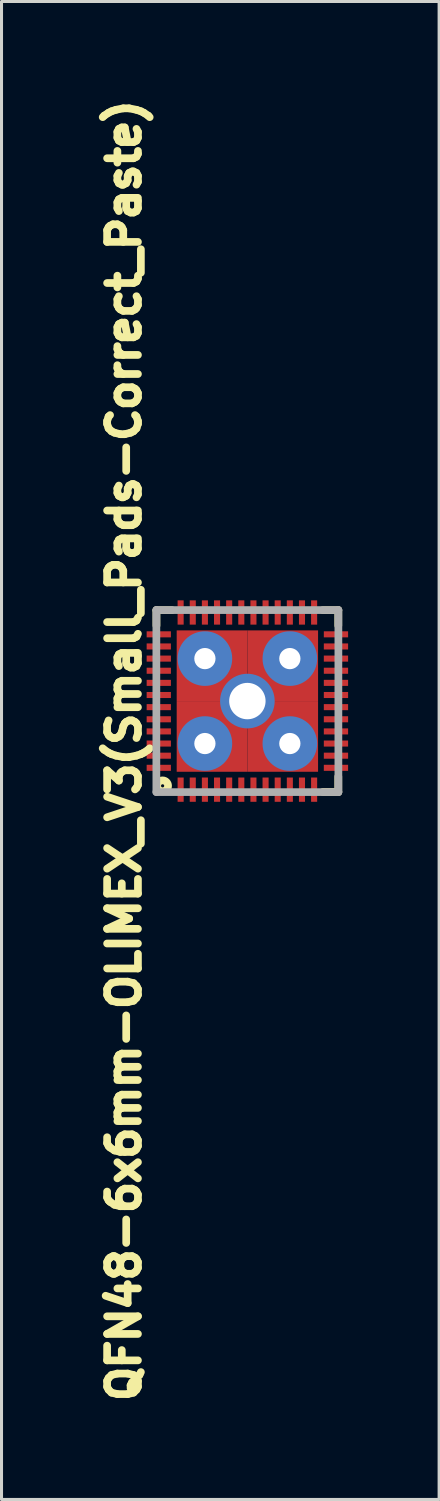
<source format=kicad_pcb>
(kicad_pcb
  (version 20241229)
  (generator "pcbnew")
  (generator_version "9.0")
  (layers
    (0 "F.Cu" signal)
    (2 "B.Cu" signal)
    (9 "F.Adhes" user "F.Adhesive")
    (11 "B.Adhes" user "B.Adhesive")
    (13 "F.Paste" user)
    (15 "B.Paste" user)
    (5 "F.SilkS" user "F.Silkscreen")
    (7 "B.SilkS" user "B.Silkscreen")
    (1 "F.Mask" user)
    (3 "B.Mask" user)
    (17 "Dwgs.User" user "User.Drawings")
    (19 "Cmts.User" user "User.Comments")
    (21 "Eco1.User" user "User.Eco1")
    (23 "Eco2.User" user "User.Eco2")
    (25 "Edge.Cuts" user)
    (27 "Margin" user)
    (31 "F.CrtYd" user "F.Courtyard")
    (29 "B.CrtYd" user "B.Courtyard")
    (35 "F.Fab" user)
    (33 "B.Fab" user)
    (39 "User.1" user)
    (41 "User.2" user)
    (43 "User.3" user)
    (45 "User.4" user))
  (footprint "QFN48-6x6mm-OLIMEX_V3(Small_Pads-Correct_Paste)"
    (layer "F.Cu")
    (at 5.104 20.059)
    (property "Reference" "QFN48-6x6mm-OLIMEX_V3(Small_Pads-Correct_Paste)" (at -4.064 1.629 90) (layer "F.SilkS") (effects (font (size 1.016 1.016) (thickness 0.254))))
    (attr smd)
    (fp_line (start -2.997 -2.997) (end -2.997 -2.489) (stroke (width 0.254) (type solid)) (layer "F.SilkS"))
    (fp_line (start -2.489 -2.997) (end -2.997 -2.997) (stroke (width 0.254) (type solid)) (layer "F.SilkS"))
    (fp_line (start 2.489 -2.997) (end 2.997 -2.997) (stroke (width 0.254) (type solid)) (layer "F.SilkS"))
    (fp_line (start 2.997 -2.997) (end 2.997 -2.489) (stroke (width 0.254) (type solid)) (layer "F.SilkS"))
    (fp_line (start 2.997 2.489) (end 2.997 2.997) (stroke (width 0.254) (type solid)) (layer "F.SilkS"))
    (fp_line (start 2.997 2.997) (end 2.489 2.997) (stroke (width 0.254) (type solid)) (layer "F.SilkS"))
    (fp_circle (center -2.794 2.794) (end -2.921 2.921) (stroke (width 0.254) (type solid)) (fill no) (layer "F.SilkS"))
    (fp_line (start -3 -3) (end 3 -3) (stroke (width 0.254) (type solid)) (layer "F.Fab"))
    (fp_line (start -3 3) (end -3 -3) (stroke (width 0.254) (type solid)) (layer "F.Fab"))
    (fp_line (start 3 -3) (end 3 3) (stroke (width 0.254) (type solid)) (layer "F.Fab"))
    (fp_line (start 3 3) (end -3 3) (stroke (width 0.254) (type solid)) (layer "F.Fab"))
    (pad "" smd rect (at -1.6 0 270) (size 1.4 1.4) (layers "F.Paste"))
    (pad "" smd rect (at 0 -1.6) (size 1.4 1.4) (layers "F.Paste"))
    (pad "" smd rect (at 0 1.6) (size 1.4 1.4) (layers "F.Paste"))
    (pad "" smd rect (at 1.6 0 270) (size 1.4 1.4) (layers "F.Paste"))
    (pad "1" smd rect (at -2.2 2.92) (size 0.2 0.8) (layers "F.Cu" "F.Mask" "F.Paste"))
    (pad "2" smd rect (at -1.8 2.92) (size 0.2 0.8) (layers "F.Cu" "F.Mask" "F.Paste"))
    (pad "3" smd rect (at -1.4 2.92) (size 0.2 0.8) (layers "F.Cu" "F.Mask" "F.Paste"))
    (pad "4" smd rect (at -1 2.92) (size 0.2 0.8) (layers "F.Cu" "F.Mask" "F.Paste"))
    (pad "5" smd rect (at -0.6 2.92) (size 0.2 0.8) (layers "F.Cu" "F.Mask" "F.Paste"))
    (pad "6" smd rect (at -0.2 2.92) (size 0.2 0.8) (layers "F.Cu" "F.Mask" "F.Paste"))
    (pad "7" smd rect (at 0.2 2.92) (size 0.2 0.8) (layers "F.Cu" "F.Mask" "F.Paste"))
    (pad "8" smd rect (at 0.6 2.92) (size 0.2 0.8) (layers "F.Cu" "F.Mask" "F.Paste"))
    (pad "9" smd rect (at 1 2.92) (size 0.2 0.8) (layers "F.Cu" "F.Mask" "F.Paste"))
    (pad "10" smd rect (at 1.4 2.92) (size 0.2 0.8) (layers "F.Cu" "F.Mask" "F.Paste"))
    (pad "11" smd rect (at 1.8 2.92) (size 0.2 0.8) (layers "F.Cu" "F.Mask" "F.Paste"))
    (pad "12" smd rect (at 2.2 2.92) (size 0.2 0.8) (layers "F.Cu" "F.Mask" "F.Paste"))
    (pad "13" smd rect (at 2.92 2.2 90) (size 0.2 0.8) (layers "F.Cu" "F.Mask" "F.Paste"))
    (pad "14" smd rect (at 2.92 1.8 90) (size 0.2 0.8) (layers "F.Cu" "F.Mask" "F.Paste"))
    (pad "15" smd rect (at 2.92 1.4 90) (size 0.2 0.8) (layers "F.Cu" "F.Mask" "F.Paste"))
    (pad "16" smd rect (at 2.92 1 90) (size 0.2 0.8) (layers "F.Cu" "F.Mask" "F.Paste"))
    (pad "17" smd rect (at 2.92 0.6 90) (size 0.2 0.8) (layers "F.Cu" "F.Mask" "F.Paste"))
    (pad "18" smd rect (at 2.92 0.2 90) (size 0.2 0.8) (layers "F.Cu" "F.Mask" "F.Paste"))
    (pad "19" smd rect (at 2.92 -0.2 90) (size 0.2 0.8) (layers "F.Cu" "F.Mask" "F.Paste"))
    (pad "20" smd rect (at 2.92 -0.6 90) (size 0.2 0.8) (layers "F.Cu" "F.Mask" "F.Paste"))
    (pad "21" smd rect (at 2.92 -1 90) (size 0.2 0.8) (layers "F.Cu" "F.Mask" "F.Paste"))
    (pad "22" smd rect (at 2.92 -1.4 90) (size 0.2 0.8) (layers "F.Cu" "F.Mask" "F.Paste"))
    (pad "23" smd rect (at 2.92 -1.8 90) (size 0.2 0.8) (layers "F.Cu" "F.Mask" "F.Paste"))
    (pad "24" smd rect (at 2.92 -2.2 90) (size 0.2 0.8) (layers "F.Cu" "F.Mask" "F.Paste"))
    (pad "25" smd rect (at 2.2 -2.92 180) (size 0.2 0.8) (layers "F.Cu" "F.Mask" "F.Paste"))
    (pad "26" smd rect (at 1.8 -2.92 180) (size 0.2 0.8) (layers "F.Cu" "F.Mask" "F.Paste"))
    (pad "27" smd rect (at 1.4 -2.92 180) (size 0.2 0.8) (layers "F.Cu" "F.Mask" "F.Paste"))
    (pad "28" smd rect (at 1 -2.92 180) (size 0.2 0.8) (layers "F.Cu" "F.Mask" "F.Paste"))
    (pad "29" smd rect (at 0.6 -2.92 180) (size 0.2 0.8) (layers "F.Cu" "F.Mask" "F.Paste"))
    (pad "30" smd rect (at 0.2 -2.92 180) (size 0.2 0.8) (layers "F.Cu" "F.Mask" "F.Paste"))
    (pad "31" smd rect (at -0.2 -2.92 180) (size 0.2 0.8) (layers "F.Cu" "F.Mask" "F.Paste"))
    (pad "32" smd rect (at -0.6 -2.92 180) (size 0.2 0.8) (layers "F.Cu" "F.Mask" "F.Paste"))
    (pad "33" smd rect (at -1 -2.92 180) (size 0.2 0.8) (layers "F.Cu" "F.Mask" "F.Paste"))
    (pad "34" smd rect (at -1.4 -2.92 180) (size 0.2 0.8) (layers "F.Cu" "F.Mask" "F.Paste"))
    (pad "35" smd rect (at -1.8 -2.92 180) (size 0.2 0.8) (layers "F.Cu" "F.Mask" "F.Paste"))
    (pad "36" smd rect (at -2.2 -2.92 180) (size 0.2 0.8) (layers "F.Cu" "F.Mask" "F.Paste"))
    (pad "37" smd rect (at -2.92 -2.2 270) (size 0.2 0.8) (layers "F.Cu" "F.Mask" "F.Paste"))
    (pad "38" smd rect (at -2.92 -1.8 270) (size 0.2 0.8) (layers "F.Cu" "F.Mask" "F.Paste"))
    (pad "39" smd rect (at -2.92 -1.4 270) (size 0.2 0.8) (layers "F.Cu" "F.Mask" "F.Paste"))
    (pad "40" smd rect (at -2.92 -1 270) (size 0.2 0.8) (layers "F.Cu" "F.Mask" "F.Paste"))
    (pad "41" smd rect (at -2.92 -0.6 270) (size 0.2 0.8) (layers "F.Cu" "F.Mask" "F.Paste"))
    (pad "42" smd rect (at -2.92 -0.2 270) (size 0.2 0.8) (layers "F.Cu" "F.Mask" "F.Paste"))
    (pad "43" smd rect (at -2.92 0.2 270) (size 0.2 0.8) (layers "F.Cu" "F.Mask" "F.Paste"))
    (pad "44" smd rect (at -2.92 0.6 270) (size 0.2 0.8) (layers "F.Cu" "F.Mask" "F.Paste"))
    (pad "45" smd rect (at -2.92 1 270) (size 0.2 0.8) (layers "F.Cu" "F.Mask" "F.Paste"))
    (pad "46" smd rect (at -2.92 1.4 270) (size 0.2 0.8) (layers "F.Cu" "F.Mask" "F.Paste"))
    (pad "47" smd rect (at -2.92 1.8 270) (size 0.2 0.8) (layers "F.Cu" "F.Mask" "F.Paste"))
    (pad "48" smd rect (at -2.92 2.2 270) (size 0.2 0.8) (layers "F.Cu" "F.Mask" "F.Paste"))
    (pad "49" thru_hole oval (at -1.4 -1.4) (size 1.8 1.8) (drill 0.7) (layers "*.Cu"))
    (pad "49" thru_hole oval (at -1.4 1.4) (size 1.8 1.8) (drill 0.7) (layers "*.Cu"))
    (pad "49" smd rect (at -1.165 -1.165) (size 2.33 2.33) (layers "F.Cu" "F.Mask"))
    (pad "49" smd rect (at -1.165 1.165) (size 2.33 2.33) (layers "F.Cu" "F.Mask"))
    (pad "49" thru_hole oval (at 0 0) (size 1.8 1.8) (drill 1.2) (layers "*.Cu" "B.Mask"))
    (pad "49" smd rect (at 1.165 -1.165) (size 2.33 2.33) (layers "F.Cu" "F.Mask"))
    (pad "49" smd rect (at 1.165 1.165) (size 2.33 2.33) (layers "F.Cu" "F.Mask"))
    (pad "49" thru_hole oval (at 1.4 -1.4) (size 1.8 1.8) (drill 0.7) (layers "*.Cu"))
    (pad "49" thru_hole oval (at 1.4 1.4) (size 1.8 1.8) (drill 0.7) (layers "*.Cu")))
  (gr_rect
    (start -3 -3)
    (end 11.424 46.376)
    (stroke (width 0.1) (type default))
    (fill no)
    (layer "Edge.Cuts")))
</source>
